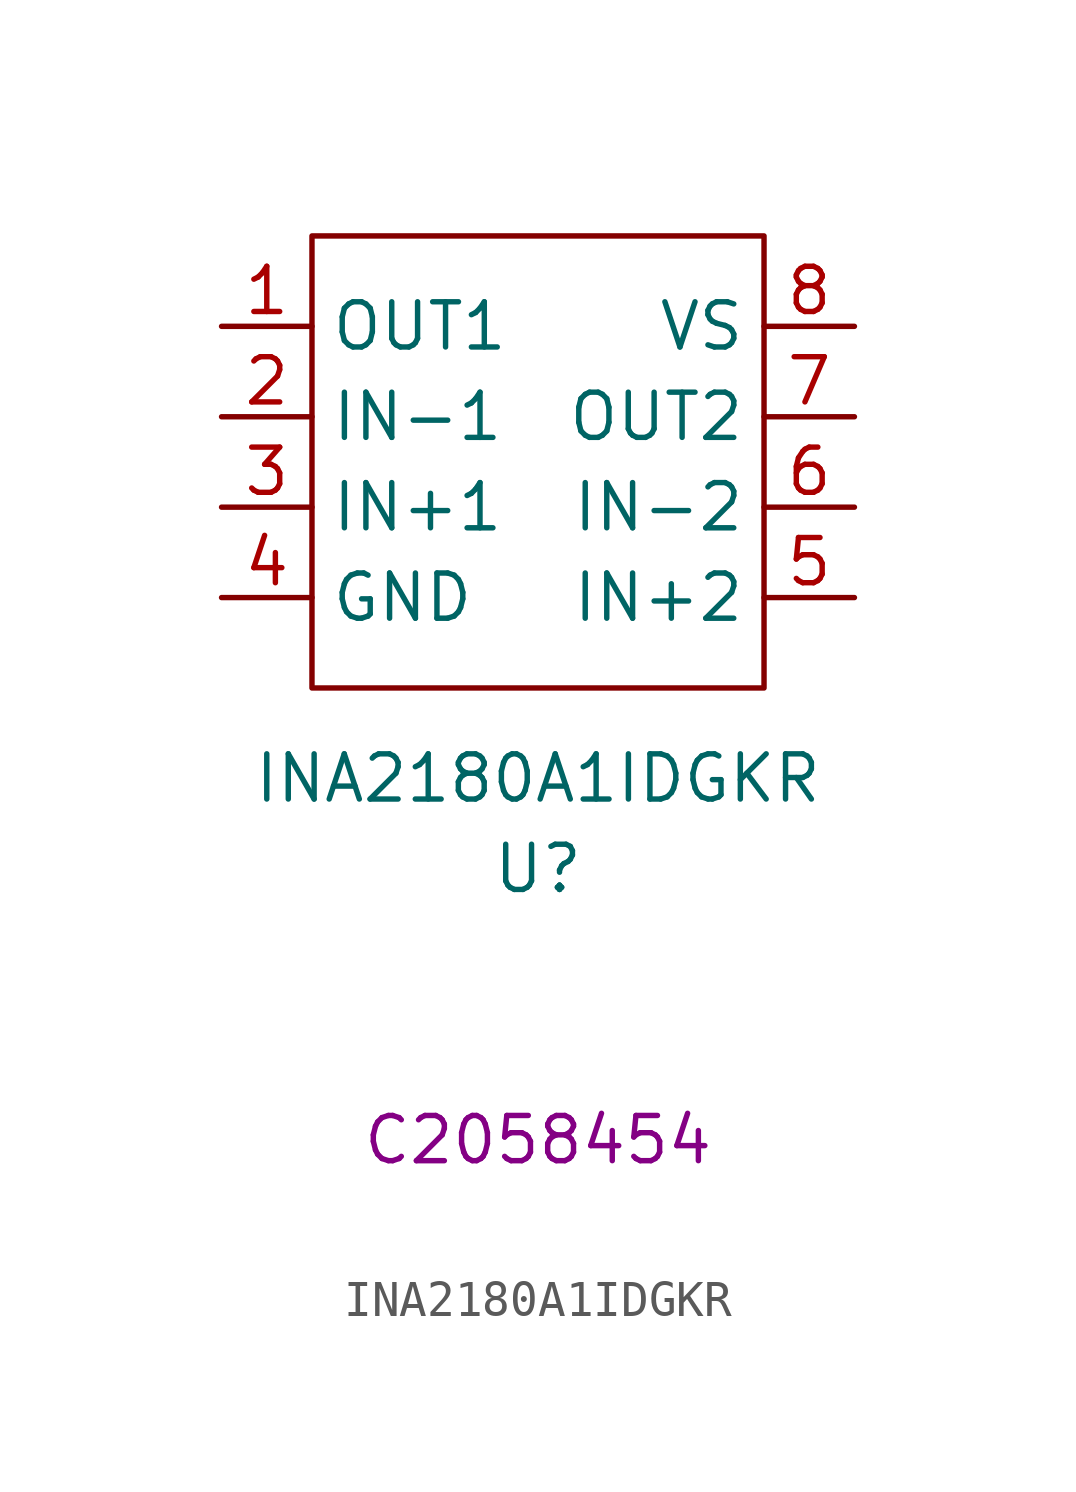
<source format=kicad_sym>
(kicad_symbol_lib
  (version 20211014)
  (generator kicad_symbol_editor)
  (symbol "INA2180A1IDGKR"
    (property "Reference" "U"
      (at 0 -11.43 0)
      (effects (font (size 1.27 1.27))))
    (property "Value" "INA2180A1IDGKR"
      (at 0 -8.89 0)
      (effects (font (size 1.27 1.27))))
    (property "LCSC" "C2058454"
      (at 0 -19.05 0)
      (effects (font (size 1.27 1.27))))
    (symbol "INA2180A1IDGKR_0_1"
      (rectangle (start -6.35 6.35) (end 6.35 -6.35) (stroke (width 0) (type default) (color 0 0 0 0)) (fill (type none))))
    (symbol "INA2180A1IDGKR_1_1"
      (pin output line (at -8.89 3.81 0) (length 2.54) (name "OUT1" (effects (font (size 1.27 1.27)))) (number "1" (effects (font (size 1.27 1.27)))))
      (pin input line (at -8.89 1.27 0) (length 2.54) (name "IN-1" (effects (font (size 1.27 1.27)))) (number "2" (effects (font (size 1.27 1.27)))))
      (pin input line (at -8.89 -1.27 0) (length 2.54) (name "IN+1" (effects (font (size 1.27 1.27)))) (number "3" (effects (font (size 1.27 1.27)))))
      (pin power_out line (at -8.89 -3.81 0) (length 2.54) (name "GND" (effects (font (size 1.27 1.27)))) (number "4" (effects (font (size 1.27 1.27)))))
      (pin input line (at 8.89 -3.81 180) (length 2.54) (name "IN+2" (effects (font (size 1.27 1.27)))) (number "5" (effects (font (size 1.27 1.27)))))
      (pin input line (at 8.89 -1.27 180) (length 2.54) (name "IN-2" (effects (font (size 1.27 1.27)))) (number "6" (effects (font (size 1.27 1.27)))))
      (pin output line (at 8.89 1.27 180) (length 2.54) (name "OUT2" (effects (font (size 1.27 1.27)))) (number "7" (effects (font (size 1.27 1.27)))))
      (pin power_in line (at 8.89 3.81 180) (length 2.54) (name "VS" (effects (font (size 1.27 1.27)))) (number "8" (effects (font (size 1.27 1.27))))))))
</source>
